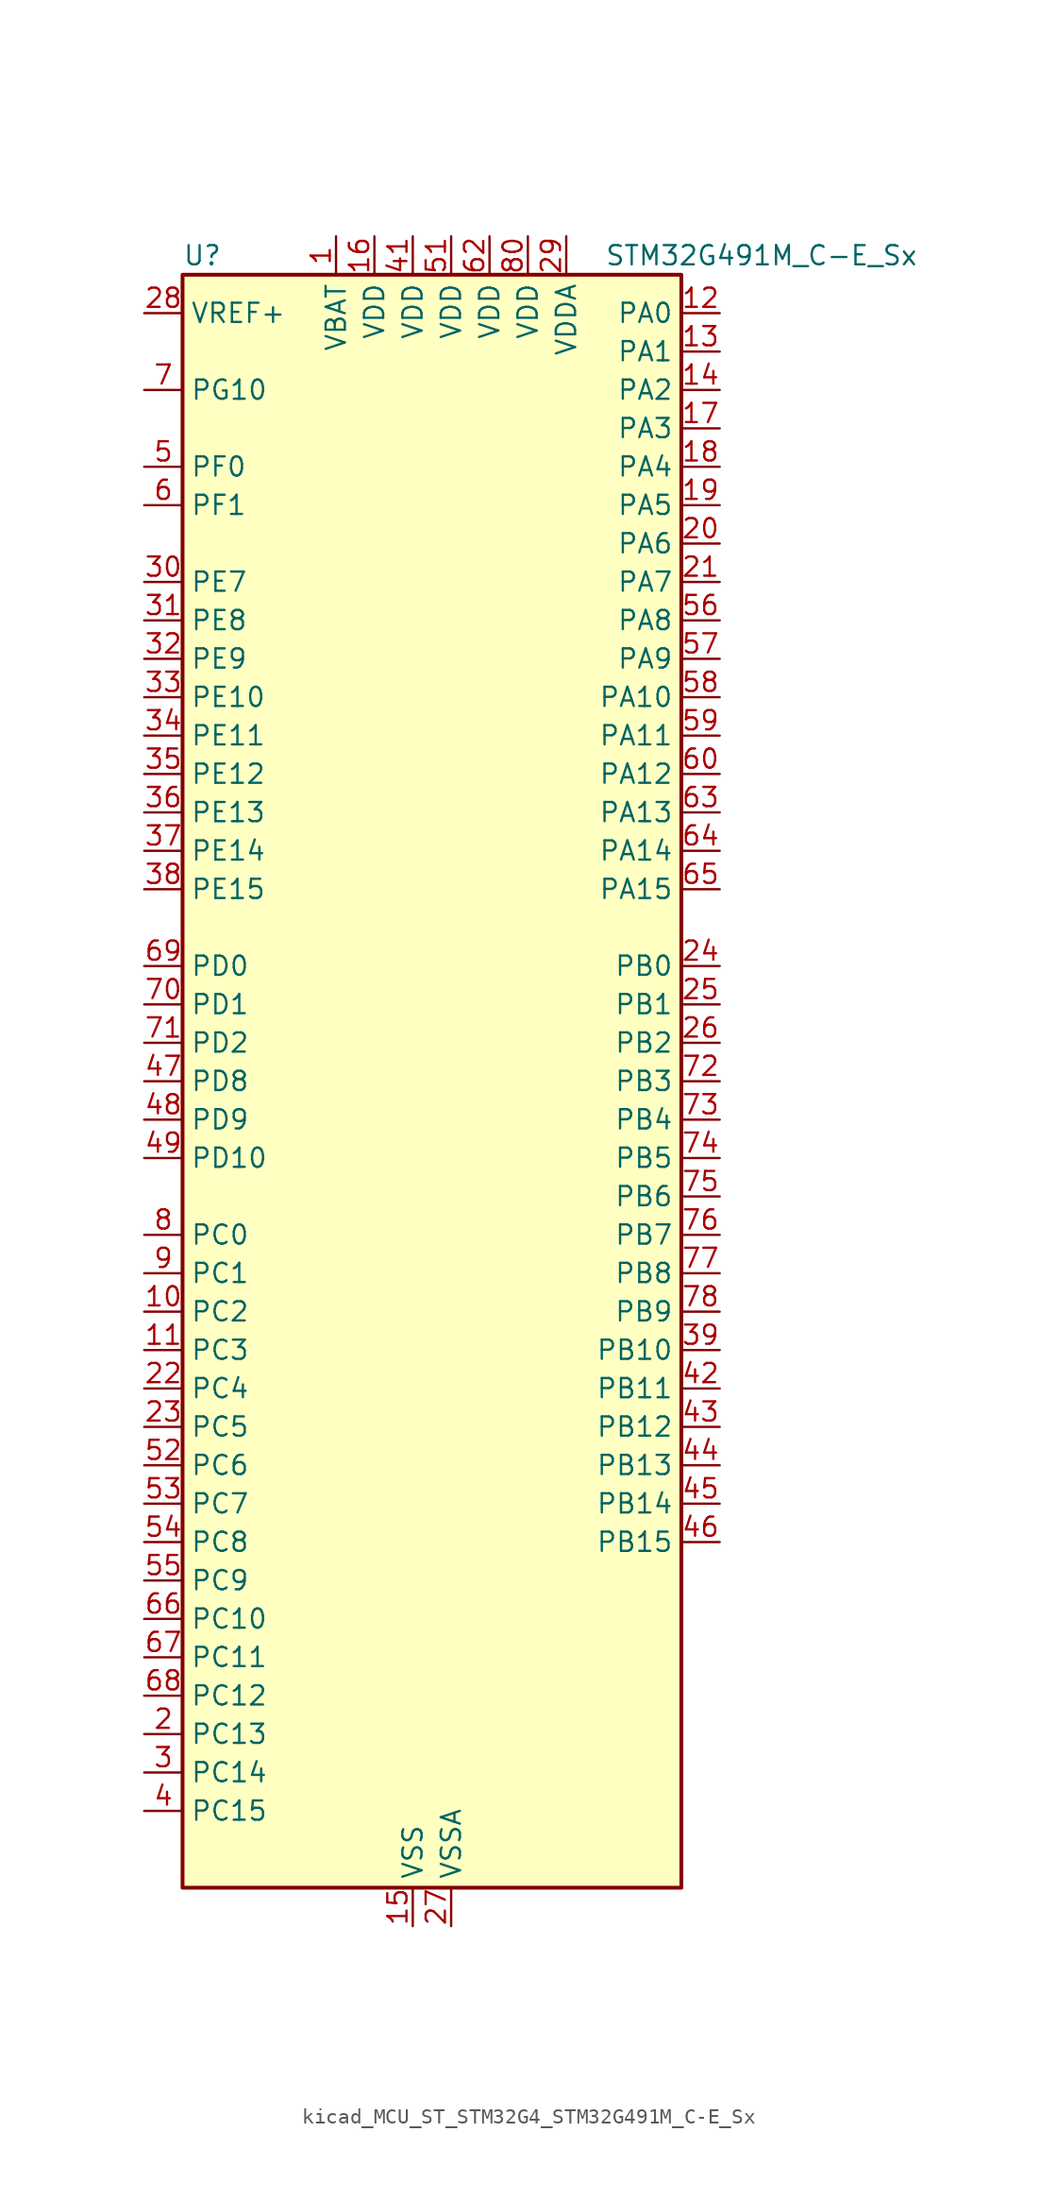
<source format=kicad_sym>
(kicad_symbol_lib
  (version 20220914)
  (generator kicad_symbol_editor)
  (symbol "kicad_MCU_ST_STM32G4_STM32G491M_C-E_Sx"
    (property "Reference" "U"
      (at -15.24 54.61 0)
      (effects (font (size 1.27 1.27)) (justify left)))
    (property "Value" "STM32G491M_C-E_Sx"
      (at 12.7 54.61 0)
      (effects (font (size 1.27 1.27)) (justify left)))
    (property "ki_locked" ""
      (at 0 0 0)
      (effects (font (size 1.27 1.27))))
    (symbol "kicad_MCU_ST_STM32G4_STM32G491M_C-E_Sx_0_1"
      (rectangle (start -15.24 -53.34) (end 17.78 53.34) (stroke (width 0.254) (type default)) (fill (type background))))
    (symbol "kicad_MCU_ST_STM32G4_STM32G491M_C-E_Sx_1_1"
      (pin power_in line (at -5.08 55.88 270) (length 2.54) (name "VBAT" (effects (font (size 1.27 1.27)))) (number "1" (effects (font (size 1.27 1.27)))))
      (pin bidirectional line (at -17.78 -15.24 0) (length 2.54) (name "PC2" (effects (font (size 1.27 1.27)))) (number "10" (effects (font (size 1.27 1.27)))) (alternate "ADC1_IN8" bidirectional line) (alternate "ADC2_IN8" bidirectional line) (alternate "ADC3_EXTI2" bidirectional line) (alternate "COMP3_OUT" bidirectional line) (alternate "LPTIM1_IN2" bidirectional line) (alternate "QUADSPI1_BK2_IO1" bidirectional line) (alternate "TIM1_CH3" bidirectional line) (alternate "TIM20_CH2" bidirectional line))
      (pin bidirectional line (at -17.78 -17.78 0) (length 2.54) (name "PC3" (effects (font (size 1.27 1.27)))) (number "11" (effects (font (size 1.27 1.27)))) (alternate "ADC1_IN9" bidirectional line) (alternate "ADC2_IN9" bidirectional line) (alternate "ADC3_EXTI3" bidirectional line) (alternate "LPTIM1_ETR" bidirectional line) (alternate "QUADSPI1_BK2_IO2" bidirectional line) (alternate "SAI1_D1" bidirectional line) (alternate "SAI1_SD_A" bidirectional line) (alternate "TIM1_BKIN2" bidirectional line) (alternate "TIM1_CH4" bidirectional line))
      (pin bidirectional line (at 20.32 50.8 180) (length 2.54) (name "PA0" (effects (font (size 1.27 1.27)))) (number "12" (effects (font (size 1.27 1.27)))) (alternate "ADC1_IN1" bidirectional line) (alternate "ADC2_IN1" bidirectional line) (alternate "COMP1_INM" bidirectional line) (alternate "COMP1_OUT" bidirectional line) (alternate "COMP3_INP" bidirectional line) (alternate "RTC_TAMP2" bidirectional line) (alternate "SYS_WKUP1" bidirectional line) (alternate "TIM2_CH1" bidirectional line) (alternate "TIM2_ETR" bidirectional line) (alternate "TIM8_BKIN" bidirectional line) (alternate "TIM8_ETR" bidirectional line) (alternate "USART2_CTS" bidirectional line) (alternate "USART2_NSS" bidirectional line))
      (pin bidirectional line (at 20.32 48.26 180) (length 2.54) (name "PA1" (effects (font (size 1.27 1.27)))) (number "13" (effects (font (size 1.27 1.27)))) (alternate "ADC1_IN2" bidirectional line) (alternate "ADC2_IN2" bidirectional line) (alternate "COMP1_INP" bidirectional line) (alternate "OPAMP1_VINP" bidirectional line) (alternate "OPAMP1_VINP_SEC" bidirectional line) (alternate "OPAMP3_VINP" bidirectional line) (alternate "OPAMP3_VINP_SEC" bidirectional line) (alternate "OPAMP6_VINM" bidirectional line) (alternate "OPAMP6_VINM0" bidirectional line) (alternate "OPAMP6_VINM_SEC" bidirectional line) (alternate "RTC_REFIN" bidirectional line) (alternate "TIM15_CH1N" bidirectional line) (alternate "TIM2_CH2" bidirectional line) (alternate "USART2_DE" bidirectional line) (alternate "USART2_RTS" bidirectional line))
      (pin bidirectional line (at 20.32 45.72 180) (length 2.54) (name "PA2" (effects (font (size 1.27 1.27)))) (number "14" (effects (font (size 1.27 1.27)))) (alternate "ADC1_IN3" bidirectional line) (alternate "ADC3_EXTI2" bidirectional line) (alternate "COMP2_INM" bidirectional line) (alternate "COMP2_OUT" bidirectional line) (alternate "LPUART1_TX" bidirectional line) (alternate "OPAMP1_VOUT" bidirectional line) (alternate "QUADSPI1_BK1_NCS" bidirectional line) (alternate "RCC_LSCO" bidirectional line) (alternate "SYS_WKUP4" bidirectional line) (alternate "TIM15_CH1" bidirectional line) (alternate "TIM2_CH3" bidirectional line) (alternate "UCPD1_FRSTX1" bidirectional line) (alternate "UCPD1_FRSTX2" bidirectional line) (alternate "USART2_TX" bidirectional line))
      (pin power_in line (at 0 -55.88 90) (length 2.54) (name "VSS" (effects (font (size 1.27 1.27)))) (number "15" (effects (font (size 1.27 1.27)))))
      (pin power_in line (at -2.54 55.88 270) (length 2.54) (name "VDD" (effects (font (size 1.27 1.27)))) (number "16" (effects (font (size 1.27 1.27)))))
      (pin bidirectional line (at 20.32 43.18 180) (length 2.54) (name "PA3" (effects (font (size 1.27 1.27)))) (number "17" (effects (font (size 1.27 1.27)))) (alternate "ADC1_IN4" bidirectional line) (alternate "ADC3_EXTI3" bidirectional line) (alternate "COMP2_INP" bidirectional line) (alternate "LPUART1_RX" bidirectional line) (alternate "OPAMP1_VINM" bidirectional line) (alternate "OPAMP1_VINM0" bidirectional line) (alternate "OPAMP1_VINM_SEC" bidirectional line) (alternate "OPAMP1_VINP" bidirectional line) (alternate "OPAMP1_VINP_SEC" bidirectional line) (alternate "QUADSPI1_CLK" bidirectional line) (alternate "SAI1_CK1" bidirectional line) (alternate "SAI1_MCLK_A" bidirectional line) (alternate "TIM15_CH2" bidirectional line) (alternate "TIM2_CH4" bidirectional line) (alternate "USART2_RX" bidirectional line))
      (pin bidirectional line (at 20.32 40.64 180) (length 2.54) (name "PA4" (effects (font (size 1.27 1.27)))) (number "18" (effects (font (size 1.27 1.27)))) (alternate "ADC2_IN17" bidirectional line) (alternate "COMP1_INM" bidirectional line) (alternate "DAC1_OUT1" bidirectional line) (alternate "I2S3_WS" bidirectional line) (alternate "SAI1_FS_B" bidirectional line) (alternate "SPI1_NSS" bidirectional line) (alternate "SPI3_NSS" bidirectional line) (alternate "TIM3_CH2" bidirectional line) (alternate "USART2_CK" bidirectional line))
      (pin bidirectional line (at 20.32 38.1 180) (length 2.54) (name "PA5" (effects (font (size 1.27 1.27)))) (number "19" (effects (font (size 1.27 1.27)))) (alternate "ADC2_IN13" bidirectional line) (alternate "COMP2_INM" bidirectional line) (alternate "DAC1_OUT2" bidirectional line) (alternate "OPAMP2_VINM" bidirectional line) (alternate "OPAMP2_VINM0" bidirectional line) (alternate "OPAMP2_VINM_SEC" bidirectional line) (alternate "SPI1_SCK" bidirectional line) (alternate "TIM2_CH1" bidirectional line) (alternate "TIM2_ETR" bidirectional line) (alternate "UCPD1_FRSTX1" bidirectional line) (alternate "UCPD1_FRSTX2" bidirectional line))
      (pin bidirectional line (at -17.78 -43.18 0) (length 2.54) (name "PC13" (effects (font (size 1.27 1.27)))) (number "2" (effects (font (size 1.27 1.27)))) (alternate "RTC_OUT1" bidirectional line) (alternate "RTC_TAMP1" bidirectional line) (alternate "RTC_TS" bidirectional line) (alternate "SYS_WKUP2" bidirectional line) (alternate "TIM1_BKIN" bidirectional line) (alternate "TIM1_CH1N" bidirectional line) (alternate "TIM8_CH4N" bidirectional line))
      (pin bidirectional line (at 20.32 35.56 180) (length 2.54) (name "PA6" (effects (font (size 1.27 1.27)))) (number "20" (effects (font (size 1.27 1.27)))) (alternate "ADC2_IN3" bidirectional line) (alternate "COMP1_OUT" bidirectional line) (alternate "LPUART1_CTS" bidirectional line) (alternate "OPAMP2_VOUT" bidirectional line) (alternate "QUADSPI1_BK1_IO3" bidirectional line) (alternate "SPI1_MISO" bidirectional line) (alternate "TIM16_CH1" bidirectional line) (alternate "TIM1_BKIN" bidirectional line) (alternate "TIM3_CH1" bidirectional line) (alternate "TIM8_BKIN" bidirectional line))
      (pin bidirectional line (at 20.32 33.02 180) (length 2.54) (name "PA7" (effects (font (size 1.27 1.27)))) (number "21" (effects (font (size 1.27 1.27)))) (alternate "ADC2_IN4" bidirectional line) (alternate "COMP2_INP" bidirectional line) (alternate "COMP2_OUT" bidirectional line) (alternate "OPAMP1_VINP" bidirectional line) (alternate "OPAMP1_VINP_SEC" bidirectional line) (alternate "OPAMP2_VINP" bidirectional line) (alternate "OPAMP2_VINP_SEC" bidirectional line) (alternate "QUADSPI1_BK1_IO2" bidirectional line) (alternate "SPI1_MOSI" bidirectional line) (alternate "TIM17_CH1" bidirectional line) (alternate "TIM1_CH1N" bidirectional line) (alternate "TIM3_CH2" bidirectional line) (alternate "TIM8_CH1N" bidirectional line) (alternate "UCPD1_FRSTX1" bidirectional line) (alternate "UCPD1_FRSTX2" bidirectional line))
      (pin bidirectional line (at -17.78 -20.32 0) (length 2.54) (name "PC4" (effects (font (size 1.27 1.27)))) (number "22" (effects (font (size 1.27 1.27)))) (alternate "ADC2_IN5" bidirectional line) (alternate "I2C2_SCL" bidirectional line) (alternate "QUADSPI1_BK2_IO3" bidirectional line) (alternate "TIM1_ETR" bidirectional line) (alternate "USART1_TX" bidirectional line))
      (pin bidirectional line (at -17.78 -22.86 0) (length 2.54) (name "PC5" (effects (font (size 1.27 1.27)))) (number "23" (effects (font (size 1.27 1.27)))) (alternate "ADC2_IN11" bidirectional line) (alternate "OPAMP1_VINM" bidirectional line) (alternate "OPAMP1_VINM1" bidirectional line) (alternate "OPAMP1_VINM_SEC" bidirectional line) (alternate "OPAMP2_VINM" bidirectional line) (alternate "OPAMP2_VINM1" bidirectional line) (alternate "OPAMP2_VINM_SEC" bidirectional line) (alternate "SAI1_D3" bidirectional line) (alternate "SYS_WKUP5" bidirectional line) (alternate "TIM15_BKIN" bidirectional line) (alternate "TIM1_CH4N" bidirectional line) (alternate "USART1_RX" bidirectional line))
      (pin bidirectional line (at 20.32 7.62 180) (length 2.54) (name "PB0" (effects (font (size 1.27 1.27)))) (number "24" (effects (font (size 1.27 1.27)))) (alternate "ADC1_IN15" bidirectional line) (alternate "ADC3_IN12" bidirectional line) (alternate "COMP4_INP" bidirectional line) (alternate "OPAMP2_VINP" bidirectional line) (alternate "OPAMP2_VINP_SEC" bidirectional line) (alternate "OPAMP3_VINP" bidirectional line) (alternate "OPAMP3_VINP_SEC" bidirectional line) (alternate "QUADSPI1_BK1_IO1" bidirectional line) (alternate "TIM1_CH2N" bidirectional line) (alternate "TIM3_CH3" bidirectional line) (alternate "TIM8_CH2N" bidirectional line) (alternate "UCPD1_FRSTX1" bidirectional line) (alternate "UCPD1_FRSTX2" bidirectional line))
      (pin bidirectional line (at 20.32 5.08 180) (length 2.54) (name "PB1" (effects (font (size 1.27 1.27)))) (number "25" (effects (font (size 1.27 1.27)))) (alternate "ADC1_IN12" bidirectional line) (alternate "ADC3_IN1" bidirectional line) (alternate "COMP1_INP" bidirectional line) (alternate "COMP4_OUT" bidirectional line) (alternate "LPUART1_DE" bidirectional line) (alternate "LPUART1_RTS" bidirectional line) (alternate "OPAMP3_VOUT" bidirectional line) (alternate "OPAMP6_VINM" bidirectional line) (alternate "OPAMP6_VINM1" bidirectional line) (alternate "OPAMP6_VINM_SEC" bidirectional line) (alternate "QUADSPI1_BK1_IO0" bidirectional line) (alternate "TIM1_CH3N" bidirectional line) (alternate "TIM3_CH4" bidirectional line) (alternate "TIM8_CH3N" bidirectional line))
      (pin bidirectional line (at 20.32 2.54 180) (length 2.54) (name "PB2" (effects (font (size 1.27 1.27)))) (number "26" (effects (font (size 1.27 1.27)))) (alternate "ADC2_IN12" bidirectional line) (alternate "ADC3_EXTI2" bidirectional line) (alternate "COMP4_INM" bidirectional line) (alternate "I2C3_SMBA" bidirectional line) (alternate "LPTIM1_OUT" bidirectional line) (alternate "OPAMP3_VINM" bidirectional line) (alternate "OPAMP3_VINM0" bidirectional line) (alternate "OPAMP3_VINM_SEC" bidirectional line) (alternate "QUADSPI1_BK2_IO1" bidirectional line) (alternate "RTC_OUT2" bidirectional line) (alternate "TIM20_CH1" bidirectional line))
      (pin power_in line (at 2.54 -55.88 90) (length 2.54) (name "VSSA" (effects (font (size 1.27 1.27)))) (number "27" (effects (font (size 1.27 1.27)))))
      (pin input line (at -17.78 50.8 0) (length 2.54) (name "VREF+" (effects (font (size 1.27 1.27)))) (number "28" (effects (font (size 1.27 1.27)))) (alternate "VREFBUF_OUT" bidirectional line))
      (pin power_in line (at 10.16 55.88 270) (length 2.54) (name "VDDA" (effects (font (size 1.27 1.27)))) (number "29" (effects (font (size 1.27 1.27)))))
      (pin bidirectional line (at -17.78 -45.72 0) (length 2.54) (name "PC14" (effects (font (size 1.27 1.27)))) (number "3" (effects (font (size 1.27 1.27)))) (alternate "RCC_OSC32_IN" bidirectional line))
      (pin bidirectional line (at -17.78 33.02 0) (length 2.54) (name "PE7" (effects (font (size 1.27 1.27)))) (number "30" (effects (font (size 1.27 1.27)))) (alternate "ADC3_IN4" bidirectional line) (alternate "COMP4_INP" bidirectional line) (alternate "SAI1_SD_B" bidirectional line) (alternate "TIM1_ETR" bidirectional line))
      (pin bidirectional line (at -17.78 30.48 0) (length 2.54) (name "PE8" (effects (font (size 1.27 1.27)))) (number "31" (effects (font (size 1.27 1.27)))) (alternate "ADC3_IN6" bidirectional line) (alternate "COMP4_INM" bidirectional line) (alternate "SAI1_SCK_B" bidirectional line) (alternate "TIM1_CH1N" bidirectional line))
      (pin bidirectional line (at -17.78 27.94 0) (length 2.54) (name "PE9" (effects (font (size 1.27 1.27)))) (number "32" (effects (font (size 1.27 1.27)))) (alternate "ADC3_IN2" bidirectional line) (alternate "DAC1_EXTI9" bidirectional line) (alternate "DAC3_EXTI9" bidirectional line) (alternate "SAI1_FS_B" bidirectional line) (alternate "TIM1_CH1" bidirectional line))
      (pin bidirectional line (at -17.78 25.4 0) (length 2.54) (name "PE10" (effects (font (size 1.27 1.27)))) (number "33" (effects (font (size 1.27 1.27)))) (alternate "ADC3_IN14" bidirectional line) (alternate "DAC1_EXTI10" bidirectional line) (alternate "DAC3_EXTI10" bidirectional line) (alternate "QUADSPI1_CLK" bidirectional line) (alternate "SAI1_MCLK_B" bidirectional line) (alternate "TIM1_CH2N" bidirectional line))
      (pin bidirectional line (at -17.78 22.86 0) (length 2.54) (name "PE11" (effects (font (size 1.27 1.27)))) (number "34" (effects (font (size 1.27 1.27)))) (alternate "ADC1_EXTI11" bidirectional line) (alternate "ADC2_EXTI11" bidirectional line) (alternate "ADC3_IN15" bidirectional line) (alternate "QUADSPI1_BK1_NCS" bidirectional line) (alternate "TIM1_CH2" bidirectional line))
      (pin bidirectional line (at -17.78 20.32 0) (length 2.54) (name "PE12" (effects (font (size 1.27 1.27)))) (number "35" (effects (font (size 1.27 1.27)))) (alternate "ADC3_IN16" bidirectional line) (alternate "QUADSPI1_BK1_IO0" bidirectional line) (alternate "TIM1_CH3N" bidirectional line))
      (pin bidirectional line (at -17.78 17.78 0) (length 2.54) (name "PE13" (effects (font (size 1.27 1.27)))) (number "36" (effects (font (size 1.27 1.27)))) (alternate "ADC3_IN3" bidirectional line) (alternate "QUADSPI1_BK1_IO1" bidirectional line) (alternate "TIM1_CH3" bidirectional line))
      (pin bidirectional line (at -17.78 15.24 0) (length 2.54) (name "PE14" (effects (font (size 1.27 1.27)))) (number "37" (effects (font (size 1.27 1.27)))) (alternate "QUADSPI1_BK1_IO2" bidirectional line) (alternate "TIM1_BKIN2" bidirectional line) (alternate "TIM1_CH4" bidirectional line))
      (pin bidirectional line (at -17.78 12.7 0) (length 2.54) (name "PE15" (effects (font (size 1.27 1.27)))) (number "38" (effects (font (size 1.27 1.27)))) (alternate "ADC1_EXTI15" bidirectional line) (alternate "ADC2_EXTI15" bidirectional line) (alternate "QUADSPI1_BK1_IO3" bidirectional line) (alternate "TIM1_BKIN" bidirectional line) (alternate "TIM1_CH4N" bidirectional line) (alternate "USART3_RX" bidirectional line))
      (pin bidirectional line (at 20.32 -17.78 180) (length 2.54) (name "PB10" (effects (font (size 1.27 1.27)))) (number "39" (effects (font (size 1.27 1.27)))) (alternate "DAC1_EXTI10" bidirectional line) (alternate "DAC3_EXTI10" bidirectional line) (alternate "LPUART1_RX" bidirectional line) (alternate "OPAMP3_VINM" bidirectional line) (alternate "OPAMP3_VINM1" bidirectional line) (alternate "OPAMP3_VINM_SEC" bidirectional line) (alternate "QUADSPI1_CLK" bidirectional line) (alternate "SAI1_SCK_A" bidirectional line) (alternate "TIM1_BKIN" bidirectional line) (alternate "TIM2_CH3" bidirectional line) (alternate "USART3_TX" bidirectional line))
      (pin bidirectional line (at -17.78 -48.26 0) (length 2.54) (name "PC15" (effects (font (size 1.27 1.27)))) (number "4" (effects (font (size 1.27 1.27)))) (alternate "ADC1_EXTI15" bidirectional line) (alternate "ADC2_EXTI15" bidirectional line) (alternate "RCC_OSC32_OUT" bidirectional line))
      (pin passive line (at 0 -55.88 90) (length 2.54) hide (name "VSS" (effects (font (size 1.27 1.27)))) (number "40" (effects (font (size 1.27 1.27)))))
      (pin power_in line (at 0 55.88 270) (length 2.54) (name "VDD" (effects (font (size 1.27 1.27)))) (number "41" (effects (font (size 1.27 1.27)))))
      (pin bidirectional line (at 20.32 -20.32 180) (length 2.54) (name "PB11" (effects (font (size 1.27 1.27)))) (number "42" (effects (font (size 1.27 1.27)))) (alternate "ADC1_EXTI11" bidirectional line) (alternate "ADC1_IN14" bidirectional line) (alternate "ADC2_EXTI11" bidirectional line) (alternate "ADC2_IN14" bidirectional line) (alternate "LPUART1_TX" bidirectional line) (alternate "OPAMP6_VOUT" bidirectional line) (alternate "QUADSPI1_BK1_NCS" bidirectional line) (alternate "TIM2_CH4" bidirectional line) (alternate "USART3_RX" bidirectional line))
      (pin bidirectional line (at 20.32 -22.86 180) (length 2.54) (name "PB12" (effects (font (size 1.27 1.27)))) (number "43" (effects (font (size 1.27 1.27)))) (alternate "ADC1_IN11" bidirectional line) (alternate "FDCAN2_RX" bidirectional line) (alternate "I2C2_SMBA" bidirectional line) (alternate "I2S2_WS" bidirectional line) (alternate "LPUART1_DE" bidirectional line) (alternate "LPUART1_RTS" bidirectional line) (alternate "OPAMP6_VINP" bidirectional line) (alternate "OPAMP6_VINP_SEC" bidirectional line) (alternate "SPI2_NSS" bidirectional line) (alternate "TIM1_BKIN" bidirectional line) (alternate "USART3_CK" bidirectional line))
      (pin bidirectional line (at 20.32 -25.4 180) (length 2.54) (name "PB13" (effects (font (size 1.27 1.27)))) (number "44" (effects (font (size 1.27 1.27)))) (alternate "ADC3_IN5" bidirectional line) (alternate "FDCAN2_TX" bidirectional line) (alternate "I2S2_CK" bidirectional line) (alternate "LPUART1_CTS" bidirectional line) (alternate "OPAMP3_VINP" bidirectional line) (alternate "OPAMP3_VINP_SEC" bidirectional line) (alternate "OPAMP6_VINP" bidirectional line) (alternate "OPAMP6_VINP_SEC" bidirectional line) (alternate "SPI2_SCK" bidirectional line) (alternate "TIM1_CH1N" bidirectional line) (alternate "USART3_CTS" bidirectional line) (alternate "USART3_NSS" bidirectional line))
      (pin bidirectional line (at 20.32 -27.94 180) (length 2.54) (name "PB14" (effects (font (size 1.27 1.27)))) (number "45" (effects (font (size 1.27 1.27)))) (alternate "ADC1_IN5" bidirectional line) (alternate "COMP4_OUT" bidirectional line) (alternate "OPAMP2_VINP" bidirectional line) (alternate "OPAMP2_VINP_SEC" bidirectional line) (alternate "SPI2_MISO" bidirectional line) (alternate "TIM15_CH1" bidirectional line) (alternate "TIM1_CH2N" bidirectional line) (alternate "USART3_DE" bidirectional line) (alternate "USART3_RTS" bidirectional line))
      (pin bidirectional line (at 20.32 -30.48 180) (length 2.54) (name "PB15" (effects (font (size 1.27 1.27)))) (number "46" (effects (font (size 1.27 1.27)))) (alternate "ADC1_EXTI15" bidirectional line) (alternate "ADC2_EXTI15" bidirectional line) (alternate "ADC2_IN15" bidirectional line) (alternate "COMP3_OUT" bidirectional line) (alternate "I2S2_SD" bidirectional line) (alternate "RTC_REFIN" bidirectional line) (alternate "SPI2_MOSI" bidirectional line) (alternate "TIM15_CH1N" bidirectional line) (alternate "TIM15_CH2" bidirectional line) (alternate "TIM1_CH3N" bidirectional line))
      (pin bidirectional line (at -17.78 0 0) (length 2.54) (name "PD8" (effects (font (size 1.27 1.27)))) (number "47" (effects (font (size 1.27 1.27)))) (alternate "USART3_TX" bidirectional line))
      (pin bidirectional line (at -17.78 -2.54 0) (length 2.54) (name "PD9" (effects (font (size 1.27 1.27)))) (number "48" (effects (font (size 1.27 1.27)))) (alternate "DAC1_EXTI9" bidirectional line) (alternate "DAC3_EXTI9" bidirectional line) (alternate "OPAMP6_VINP" bidirectional line) (alternate "OPAMP6_VINP_SEC" bidirectional line) (alternate "USART3_RX" bidirectional line))
      (pin bidirectional line (at -17.78 -5.08 0) (length 2.54) (name "PD10" (effects (font (size 1.27 1.27)))) (number "49" (effects (font (size 1.27 1.27)))) (alternate "ADC3_IN7" bidirectional line) (alternate "DAC1_EXTI10" bidirectional line) (alternate "DAC3_EXTI10" bidirectional line) (alternate "USART3_CK" bidirectional line))
      (pin bidirectional line (at -17.78 40.64 0) (length 2.54) (name "PF0" (effects (font (size 1.27 1.27)))) (number "5" (effects (font (size 1.27 1.27)))) (alternate "ADC1_IN10" bidirectional line) (alternate "I2C2_SDA" bidirectional line) (alternate "I2S2_WS" bidirectional line) (alternate "RCC_OSC_IN" bidirectional line) (alternate "SPI2_NSS" bidirectional line) (alternate "TIM1_CH3N" bidirectional line))
      (pin passive line (at 0 -55.88 90) (length 2.54) hide (name "VSS" (effects (font (size 1.27 1.27)))) (number "50" (effects (font (size 1.27 1.27)))))
      (pin power_in line (at 2.54 55.88 270) (length 2.54) (name "VDD" (effects (font (size 1.27 1.27)))) (number "51" (effects (font (size 1.27 1.27)))))
      (pin bidirectional line (at -17.78 -25.4 0) (length 2.54) (name "PC6" (effects (font (size 1.27 1.27)))) (number "52" (effects (font (size 1.27 1.27)))) (alternate "I2S2_MCK" bidirectional line) (alternate "TIM3_CH1" bidirectional line) (alternate "TIM8_CH1" bidirectional line))
      (pin bidirectional line (at -17.78 -27.94 0) (length 2.54) (name "PC7" (effects (font (size 1.27 1.27)))) (number "53" (effects (font (size 1.27 1.27)))) (alternate "I2S3_MCK" bidirectional line) (alternate "TIM3_CH2" bidirectional line) (alternate "TIM8_CH2" bidirectional line))
      (pin bidirectional line (at -17.78 -30.48 0) (length 2.54) (name "PC8" (effects (font (size 1.27 1.27)))) (number "54" (effects (font (size 1.27 1.27)))) (alternate "I2C3_SCL" bidirectional line) (alternate "TIM20_CH3" bidirectional line) (alternate "TIM3_CH3" bidirectional line) (alternate "TIM8_CH3" bidirectional line))
      (pin bidirectional line (at -17.78 -33.02 0) (length 2.54) (name "PC9" (effects (font (size 1.27 1.27)))) (number "55" (effects (font (size 1.27 1.27)))) (alternate "DAC1_EXTI9" bidirectional line) (alternate "DAC3_EXTI9" bidirectional line) (alternate "I2C3_SDA" bidirectional line) (alternate "I2S_CKIN" bidirectional line) (alternate "TIM3_CH4" bidirectional line) (alternate "TIM8_BKIN2" bidirectional line) (alternate "TIM8_CH4" bidirectional line))
      (pin bidirectional line (at 20.32 30.48 180) (length 2.54) (name "PA8" (effects (font (size 1.27 1.27)))) (number "56" (effects (font (size 1.27 1.27)))) (alternate "I2C2_SDA" bidirectional line) (alternate "I2C3_SCL" bidirectional line) (alternate "I2S2_MCK" bidirectional line) (alternate "RCC_MCO" bidirectional line) (alternate "SAI1_CK2" bidirectional line) (alternate "SAI1_SCK_A" bidirectional line) (alternate "TIM1_CH1" bidirectional line) (alternate "TIM4_ETR" bidirectional line) (alternate "USART1_CK" bidirectional line))
      (pin bidirectional line (at 20.32 27.94 180) (length 2.54) (name "PA9" (effects (font (size 1.27 1.27)))) (number "57" (effects (font (size 1.27 1.27)))) (alternate "DAC1_EXTI9" bidirectional line) (alternate "DAC3_EXTI9" bidirectional line) (alternate "I2C2_SCL" bidirectional line) (alternate "I2C3_SMBA" bidirectional line) (alternate "I2S3_MCK" bidirectional line) (alternate "SAI1_FS_A" bidirectional line) (alternate "TIM15_BKIN" bidirectional line) (alternate "TIM1_CH2" bidirectional line) (alternate "TIM2_CH3" bidirectional line) (alternate "UCPD1_DBCC1" bidirectional line) (alternate "USART1_TX" bidirectional line))
      (pin bidirectional line (at 20.32 25.4 180) (length 2.54) (name "PA10" (effects (font (size 1.27 1.27)))) (number "58" (effects (font (size 1.27 1.27)))) (alternate "CRS_SYNC" bidirectional line) (alternate "DAC1_EXTI10" bidirectional line) (alternate "DAC3_EXTI10" bidirectional line) (alternate "I2C2_SMBA" bidirectional line) (alternate "SAI1_D1" bidirectional line) (alternate "SAI1_SD_A" bidirectional line) (alternate "SPI2_MISO" bidirectional line) (alternate "TIM17_BKIN" bidirectional line) (alternate "TIM1_CH3" bidirectional line) (alternate "TIM2_CH4" bidirectional line) (alternate "TIM8_BKIN" bidirectional line) (alternate "UCPD1_DBCC2" bidirectional line) (alternate "USART1_RX" bidirectional line))
      (pin bidirectional line (at 20.32 22.86 180) (length 2.54) (name "PA11" (effects (font (size 1.27 1.27)))) (number "59" (effects (font (size 1.27 1.27)))) (alternate "ADC1_EXTI11" bidirectional line) (alternate "ADC2_EXTI11" bidirectional line) (alternate "COMP1_OUT" bidirectional line) (alternate "FDCAN1_RX" bidirectional line) (alternate "I2S2_SD" bidirectional line) (alternate "SPI2_MOSI" bidirectional line) (alternate "TIM1_BKIN2" bidirectional line) (alternate "TIM1_CH1N" bidirectional line) (alternate "TIM1_CH4" bidirectional line) (alternate "TIM4_CH1" bidirectional line) (alternate "USART1_CTS" bidirectional line) (alternate "USART1_NSS" bidirectional line) (alternate "USB_DM" bidirectional line))
      (pin bidirectional line (at -17.78 38.1 0) (length 2.54) (name "PF1" (effects (font (size 1.27 1.27)))) (number "6" (effects (font (size 1.27 1.27)))) (alternate "ADC2_IN10" bidirectional line) (alternate "COMP3_INM" bidirectional line) (alternate "I2S2_CK" bidirectional line) (alternate "RCC_OSC_OUT" bidirectional line) (alternate "SPI2_SCK" bidirectional line))
      (pin bidirectional line (at 20.32 20.32 180) (length 2.54) (name "PA12" (effects (font (size 1.27 1.27)))) (number "60" (effects (font (size 1.27 1.27)))) (alternate "COMP2_OUT" bidirectional line) (alternate "FDCAN1_TX" bidirectional line) (alternate "I2S_CKIN" bidirectional line) (alternate "TIM16_CH1" bidirectional line) (alternate "TIM1_CH2N" bidirectional line) (alternate "TIM1_ETR" bidirectional line) (alternate "TIM4_CH2" bidirectional line) (alternate "USART1_DE" bidirectional line) (alternate "USART1_RTS" bidirectional line) (alternate "USB_DP" bidirectional line))
      (pin passive line (at 0 -55.88 90) (length 2.54) hide (name "VSS" (effects (font (size 1.27 1.27)))) (number "61" (effects (font (size 1.27 1.27)))))
      (pin power_in line (at 5.08 55.88 270) (length 2.54) (name "VDD" (effects (font (size 1.27 1.27)))) (number "62" (effects (font (size 1.27 1.27)))))
      (pin bidirectional line (at 20.32 17.78 180) (length 2.54) (name "PA13" (effects (font (size 1.27 1.27)))) (number "63" (effects (font (size 1.27 1.27)))) (alternate "I2C1_SCL" bidirectional line) (alternate "IR_OUT" bidirectional line) (alternate "SAI1_SD_B" bidirectional line) (alternate "SYS_JTMS-SWDIO" bidirectional line) (alternate "TIM16_CH1N" bidirectional line) (alternate "TIM4_CH3" bidirectional line) (alternate "USART3_CTS" bidirectional line) (alternate "USART3_NSS" bidirectional line))
      (pin bidirectional line (at 20.32 15.24 180) (length 2.54) (name "PA14" (effects (font (size 1.27 1.27)))) (number "64" (effects (font (size 1.27 1.27)))) (alternate "I2C1_SDA" bidirectional line) (alternate "LPTIM1_OUT" bidirectional line) (alternate "SAI1_FS_B" bidirectional line) (alternate "SYS_JTCK-SWCLK" bidirectional line) (alternate "TIM1_BKIN" bidirectional line) (alternate "TIM8_CH2" bidirectional line) (alternate "USART2_TX" bidirectional line))
      (pin bidirectional line (at 20.32 12.7 180) (length 2.54) (name "PA15" (effects (font (size 1.27 1.27)))) (number "65" (effects (font (size 1.27 1.27)))) (alternate "ADC1_EXTI15" bidirectional line) (alternate "ADC2_EXTI15" bidirectional line) (alternate "I2C1_SCL" bidirectional line) (alternate "I2S3_WS" bidirectional line) (alternate "SPI1_NSS" bidirectional line) (alternate "SPI3_NSS" bidirectional line) (alternate "SYS_JTDI" bidirectional line) (alternate "TIM1_BKIN" bidirectional line) (alternate "TIM20_ETR" bidirectional line) (alternate "TIM2_CH1" bidirectional line) (alternate "TIM2_ETR" bidirectional line) (alternate "TIM8_CH1" bidirectional line) (alternate "UART4_DE" bidirectional line) (alternate "UART4_RTS" bidirectional line) (alternate "USART2_RX" bidirectional line))
      (pin bidirectional line (at -17.78 -35.56 0) (length 2.54) (name "PC10" (effects (font (size 1.27 1.27)))) (number "66" (effects (font (size 1.27 1.27)))) (alternate "DAC1_EXTI10" bidirectional line) (alternate "DAC3_EXTI10" bidirectional line) (alternate "I2S3_CK" bidirectional line) (alternate "SPI3_SCK" bidirectional line) (alternate "TIM8_CH1N" bidirectional line) (alternate "UART4_TX" bidirectional line) (alternate "USART3_TX" bidirectional line))
      (pin bidirectional line (at -17.78 -38.1 0) (length 2.54) (name "PC11" (effects (font (size 1.27 1.27)))) (number "67" (effects (font (size 1.27 1.27)))) (alternate "ADC1_EXTI11" bidirectional line) (alternate "ADC2_EXTI11" bidirectional line) (alternate "I2C3_SDA" bidirectional line) (alternate "SPI3_MISO" bidirectional line) (alternate "TIM8_CH2N" bidirectional line) (alternate "UART4_RX" bidirectional line) (alternate "USART3_RX" bidirectional line))
      (pin bidirectional line (at -17.78 -40.64 0) (length 2.54) (name "PC12" (effects (font (size 1.27 1.27)))) (number "68" (effects (font (size 1.27 1.27)))) (alternate "I2S3_SD" bidirectional line) (alternate "SPI3_MOSI" bidirectional line) (alternate "TIM8_CH3N" bidirectional line) (alternate "UART5_TX" bidirectional line) (alternate "UCPD1_FRSTX1" bidirectional line) (alternate "UCPD1_FRSTX2" bidirectional line) (alternate "USART3_CK" bidirectional line))
      (pin bidirectional line (at -17.78 7.62 0) (length 2.54) (name "PD0" (effects (font (size 1.27 1.27)))) (number "69" (effects (font (size 1.27 1.27)))) (alternate "FDCAN1_RX" bidirectional line) (alternate "TIM8_CH4N" bidirectional line))
      (pin bidirectional line (at -17.78 45.72 0) (length 2.54) (name "PG10" (effects (font (size 1.27 1.27)))) (number "7" (effects (font (size 1.27 1.27)))) (alternate "DAC1_EXTI10" bidirectional line) (alternate "DAC3_EXTI10" bidirectional line) (alternate "RCC_MCO" bidirectional line))
      (pin bidirectional line (at -17.78 5.08 0) (length 2.54) (name "PD1" (effects (font (size 1.27 1.27)))) (number "70" (effects (font (size 1.27 1.27)))) (alternate "FDCAN1_TX" bidirectional line) (alternate "TIM8_BKIN2" bidirectional line) (alternate "TIM8_CH4" bidirectional line))
      (pin bidirectional line (at -17.78 2.54 0) (length 2.54) (name "PD2" (effects (font (size 1.27 1.27)))) (number "71" (effects (font (size 1.27 1.27)))) (alternate "ADC3_EXTI2" bidirectional line) (alternate "TIM3_ETR" bidirectional line) (alternate "TIM8_BKIN" bidirectional line) (alternate "UART5_RX" bidirectional line))
      (pin bidirectional line (at 20.32 0 180) (length 2.54) (name "PB3" (effects (font (size 1.27 1.27)))) (number "72" (effects (font (size 1.27 1.27)))) (alternate "ADC3_EXTI3" bidirectional line) (alternate "CRS_SYNC" bidirectional line) (alternate "I2S3_CK" bidirectional line) (alternate "SAI1_SCK_B" bidirectional line) (alternate "SPI1_SCK" bidirectional line) (alternate "SPI3_SCK" bidirectional line) (alternate "SYS_JTDO-SWO" bidirectional line) (alternate "TIM2_CH2" bidirectional line) (alternate "TIM3_ETR" bidirectional line) (alternate "TIM4_ETR" bidirectional line) (alternate "TIM8_CH1N" bidirectional line) (alternate "USART2_TX" bidirectional line))
      (pin bidirectional line (at 20.32 -2.54 180) (length 2.54) (name "PB4" (effects (font (size 1.27 1.27)))) (number "73" (effects (font (size 1.27 1.27)))) (alternate "SAI1_MCLK_B" bidirectional line) (alternate "SPI1_MISO" bidirectional line) (alternate "SPI3_MISO" bidirectional line) (alternate "SYS_JTRST" bidirectional line) (alternate "TIM16_CH1" bidirectional line) (alternate "TIM17_BKIN" bidirectional line) (alternate "TIM3_CH1" bidirectional line) (alternate "TIM8_CH2N" bidirectional line) (alternate "UART5_DE" bidirectional line) (alternate "UART5_RTS" bidirectional line) (alternate "UCPD1_CC2" bidirectional line) (alternate "USART2_RX" bidirectional line))
      (pin bidirectional line (at 20.32 -5.08 180) (length 2.54) (name "PB5" (effects (font (size 1.27 1.27)))) (number "74" (effects (font (size 1.27 1.27)))) (alternate "FDCAN2_RX" bidirectional line) (alternate "I2C1_SMBA" bidirectional line) (alternate "I2C3_SDA" bidirectional line) (alternate "I2S3_SD" bidirectional line) (alternate "LPTIM1_IN1" bidirectional line) (alternate "SAI1_SD_B" bidirectional line) (alternate "SPI1_MOSI" bidirectional line) (alternate "SPI3_MOSI" bidirectional line) (alternate "TIM16_BKIN" bidirectional line) (alternate "TIM17_CH1" bidirectional line) (alternate "TIM3_CH2" bidirectional line) (alternate "TIM8_CH3N" bidirectional line) (alternate "UART5_CTS" bidirectional line) (alternate "USART2_CK" bidirectional line))
      (pin bidirectional line (at 20.32 -7.62 180) (length 2.54) (name "PB6" (effects (font (size 1.27 1.27)))) (number "75" (effects (font (size 1.27 1.27)))) (alternate "COMP4_OUT" bidirectional line) (alternate "FDCAN2_TX" bidirectional line) (alternate "LPTIM1_ETR" bidirectional line) (alternate "SAI1_FS_B" bidirectional line) (alternate "TIM16_CH1N" bidirectional line) (alternate "TIM4_CH1" bidirectional line) (alternate "TIM8_BKIN2" bidirectional line) (alternate "TIM8_CH1" bidirectional line) (alternate "TIM8_ETR" bidirectional line) (alternate "UCPD1_CC1" bidirectional line) (alternate "USART1_TX" bidirectional line))
      (pin bidirectional line (at 20.32 -10.16 180) (length 2.54) (name "PB7" (effects (font (size 1.27 1.27)))) (number "76" (effects (font (size 1.27 1.27)))) (alternate "COMP3_OUT" bidirectional line) (alternate "I2C1_SDA" bidirectional line) (alternate "LPTIM1_IN2" bidirectional line) (alternate "SYS_PVD_IN" bidirectional line) (alternate "TIM17_CH1N" bidirectional line) (alternate "TIM3_CH4" bidirectional line) (alternate "TIM4_CH2" bidirectional line) (alternate "TIM8_BKIN" bidirectional line) (alternate "UART4_CTS" bidirectional line) (alternate "USART1_RX" bidirectional line))
      (pin bidirectional line (at 20.32 -12.7 180) (length 2.54) (name "PB8" (effects (font (size 1.27 1.27)))) (number "77" (effects (font (size 1.27 1.27)))) (alternate "COMP1_OUT" bidirectional line) (alternate "FDCAN1_RX" bidirectional line) (alternate "I2C1_SCL" bidirectional line) (alternate "SAI1_CK1" bidirectional line) (alternate "SAI1_MCLK_A" bidirectional line) (alternate "TIM16_CH1" bidirectional line) (alternate "TIM1_BKIN" bidirectional line) (alternate "TIM4_CH3" bidirectional line) (alternate "TIM8_CH2" bidirectional line) (alternate "USART3_RX" bidirectional line))
      (pin bidirectional line (at 20.32 -15.24 180) (length 2.54) (name "PB9" (effects (font (size 1.27 1.27)))) (number "78" (effects (font (size 1.27 1.27)))) (alternate "COMP2_OUT" bidirectional line) (alternate "DAC1_EXTI9" bidirectional line) (alternate "DAC3_EXTI9" bidirectional line) (alternate "FDCAN1_TX" bidirectional line) (alternate "I2C1_SDA" bidirectional line) (alternate "IR_OUT" bidirectional line) (alternate "SAI1_D2" bidirectional line) (alternate "SAI1_FS_A" bidirectional line) (alternate "TIM17_CH1" bidirectional line) (alternate "TIM1_CH3N" bidirectional line) (alternate "TIM4_CH4" bidirectional line) (alternate "TIM8_CH3" bidirectional line) (alternate "USART3_TX" bidirectional line))
      (pin passive line (at 0 -55.88 90) (length 2.54) hide (name "VSS" (effects (font (size 1.27 1.27)))) (number "79" (effects (font (size 1.27 1.27)))))
      (pin bidirectional line (at -17.78 -10.16 0) (length 2.54) (name "PC0" (effects (font (size 1.27 1.27)))) (number "8" (effects (font (size 1.27 1.27)))) (alternate "ADC1_IN6" bidirectional line) (alternate "ADC2_IN6" bidirectional line) (alternate "COMP3_INM" bidirectional line) (alternate "LPTIM1_IN1" bidirectional line) (alternate "LPUART1_RX" bidirectional line) (alternate "TIM1_CH1" bidirectional line))
      (pin power_in line (at 7.62 55.88 270) (length 2.54) (name "VDD" (effects (font (size 1.27 1.27)))) (number "80" (effects (font (size 1.27 1.27)))))
      (pin bidirectional line (at -17.78 -12.7 0) (length 2.54) (name "PC1" (effects (font (size 1.27 1.27)))) (number "9" (effects (font (size 1.27 1.27)))) (alternate "ADC1_IN7" bidirectional line) (alternate "ADC2_IN7" bidirectional line) (alternate "COMP3_INP" bidirectional line) (alternate "LPTIM1_OUT" bidirectional line) (alternate "LPUART1_TX" bidirectional line) (alternate "QUADSPI1_BK2_IO0" bidirectional line) (alternate "SAI1_SD_A" bidirectional line) (alternate "TIM1_CH2" bidirectional line)))))
</source>
